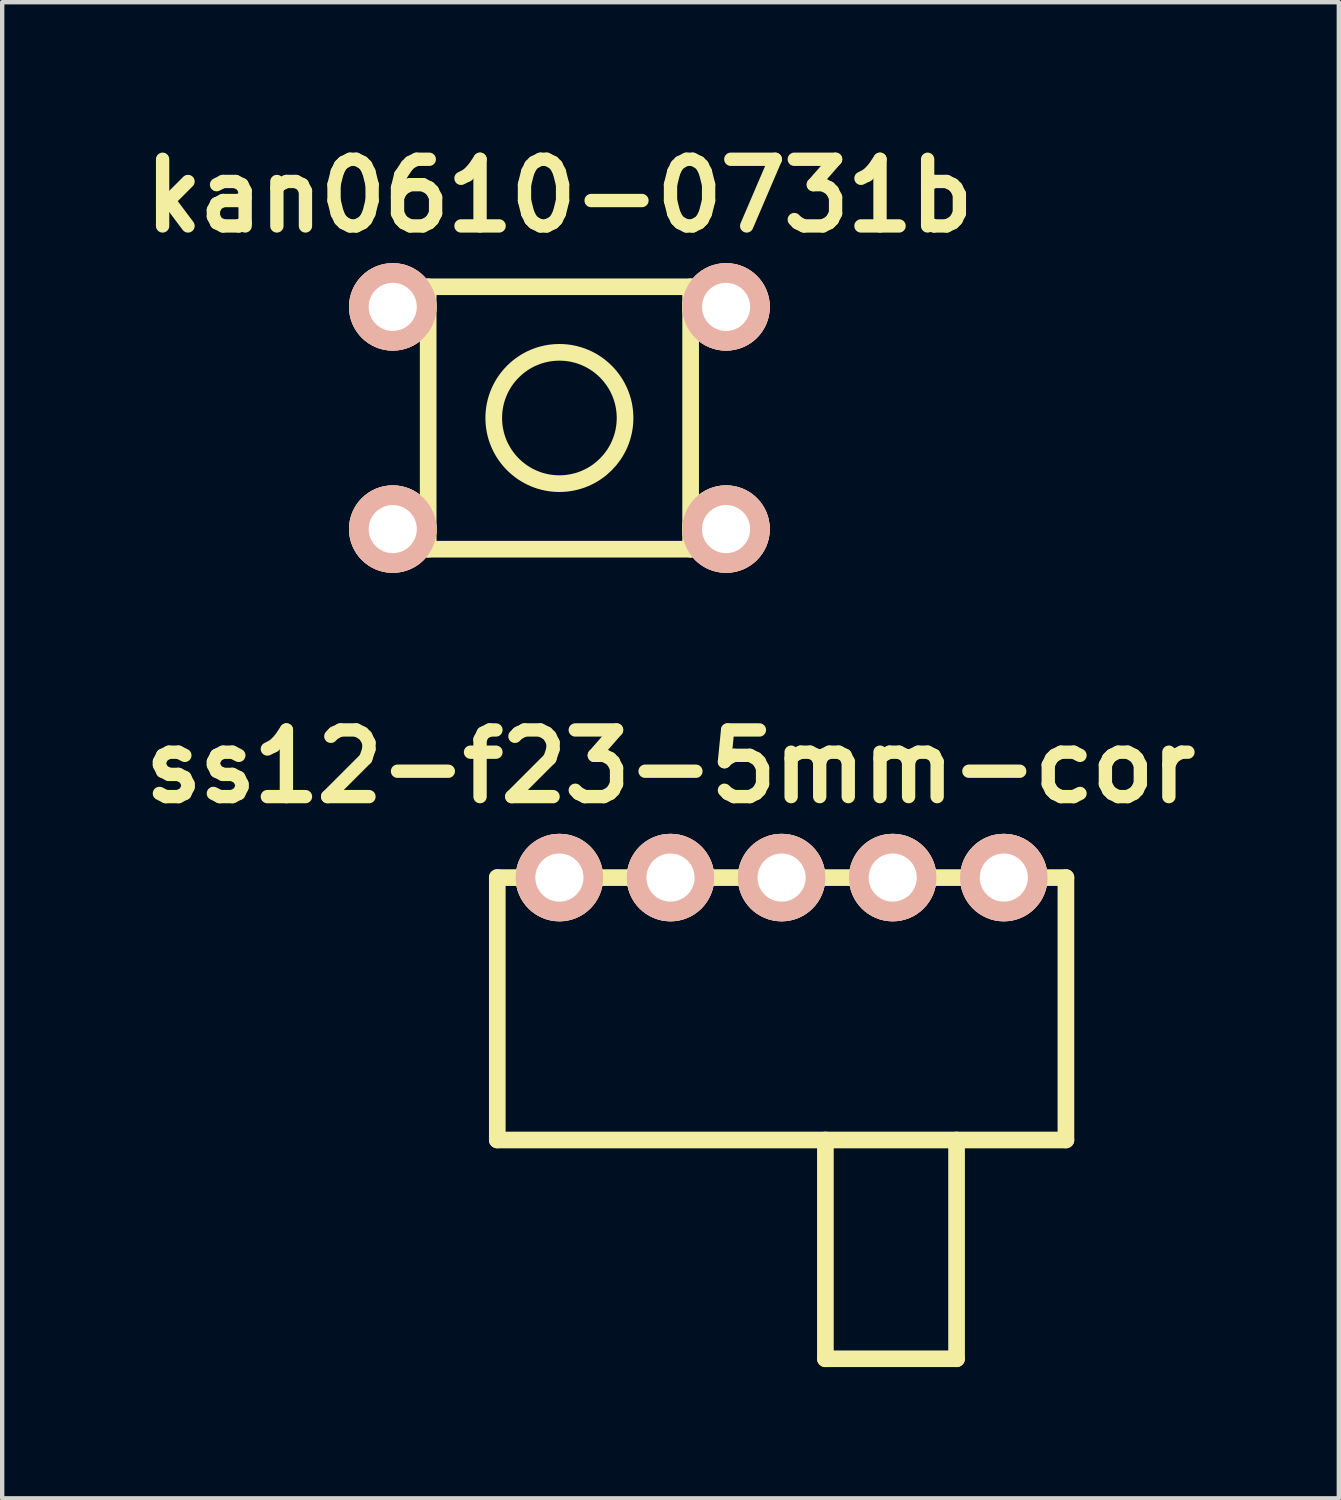
<source format=kicad_pcb>
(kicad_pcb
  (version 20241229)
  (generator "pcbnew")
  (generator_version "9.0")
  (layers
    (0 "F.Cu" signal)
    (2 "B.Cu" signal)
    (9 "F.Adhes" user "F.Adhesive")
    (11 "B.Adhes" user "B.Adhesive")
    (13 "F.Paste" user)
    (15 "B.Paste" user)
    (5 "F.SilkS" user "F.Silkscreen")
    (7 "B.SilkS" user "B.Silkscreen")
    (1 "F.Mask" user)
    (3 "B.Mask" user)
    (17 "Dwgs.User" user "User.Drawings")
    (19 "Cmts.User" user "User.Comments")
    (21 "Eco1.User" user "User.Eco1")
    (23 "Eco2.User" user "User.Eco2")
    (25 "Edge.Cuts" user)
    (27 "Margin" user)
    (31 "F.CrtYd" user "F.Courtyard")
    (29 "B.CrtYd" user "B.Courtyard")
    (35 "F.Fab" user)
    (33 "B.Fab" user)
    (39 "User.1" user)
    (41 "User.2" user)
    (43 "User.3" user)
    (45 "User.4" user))
  (footprint "kan0610-0731b"
    (layer "F.Cu")
    (at 9.739 6.506)
    (property "Reference" "kan0610-0731b" (at 0 -5.08 0) (layer "F.SilkS") (effects (font (size 1.524 1.524) (thickness 0.305))))
    (attr through_hole)
    (fp_line (start -3 -3) (end 3 -3) (stroke (width 0.381) (type solid)) (layer "F.SilkS"))
    (fp_line (start -3 3) (end -3 -3) (stroke (width 0.381) (type solid)) (layer "F.SilkS"))
    (fp_line (start 3 -3) (end 3 3) (stroke (width 0.381) (type solid)) (layer "F.SilkS"))
    (fp_line (start 3 3) (end -3 3) (stroke (width 0.381) (type solid)) (layer "F.SilkS"))
    (fp_circle (center 0 0) (end 1.501 0) (stroke (width 0.381) (type solid)) (fill no) (layer "F.SilkS"))
    (pad "1" thru_hole circle (at -3.81 2.54) (size 2 2) (drill 1.1) (layers "*.Cu" "*.SilkS" "*.Mask"))
    (pad "1" thru_hole circle (at 3.81 2.54) (size 2 2) (drill 1.1) (layers "*.Cu" "*.SilkS" "*.Mask"))
    (pad "2" thru_hole circle (at -3.81 -2.54) (size 2 2) (drill 1.1) (layers "*.Cu" "*.SilkS" "*.Mask"))
    (pad "2" thru_hole circle (at 3.81 -2.54) (size 2 2) (drill 1.1) (layers "*.Cu" "*.SilkS" "*.Mask")))
  (footprint "ss12-f23-5mm-cor"
    (layer "F.Cu")
    (at 12.279 17.013)
    (property "Reference" "ss12-f23-5mm-cor" (at 0 -2.54 0) (layer "F.SilkS") (effects (font (size 1.524 1.524) (thickness 0.305))))
    (attr through_hole)
    (fp_line (start -3.96 0) (end 9.04 0) (stroke (width 0.381) (type solid)) (layer "F.SilkS"))
    (fp_line (start -3.96 5.999) (end -3.96 0) (stroke (width 0.381) (type solid)) (layer "F.SilkS"))
    (fp_line (start 3.541 11.001) (end 3.541 5.999) (stroke (width 0.381) (type solid)) (layer "F.SilkS"))
    (fp_line (start 6.54 5.999) (end 6.54 11.001) (stroke (width 0.381) (type solid)) (layer "F.SilkS"))
    (fp_line (start 6.54 11.001) (end 3.541 11.001) (stroke (width 0.381) (type solid)) (layer "F.SilkS"))
    (fp_line (start 9.04 0) (end 9.04 5.999) (stroke (width 0.381) (type solid)) (layer "F.SilkS"))
    (fp_line (start 9.04 5.999) (end -3.96 5.999) (stroke (width 0.381) (type solid)) (layer "F.SilkS"))
    (pad "" np_thru_hole circle (at -2.54 0) (size 2 2) (drill 1.1) (layers "*.Cu" "*.SilkS" "*.Mask"))
    (pad "" np_thru_hole circle (at 7.62 0) (size 2 2) (drill 1.1) (layers "*.Cu" "*.SilkS" "*.Mask"))
    (pad "1" thru_hole circle (at 0 0) (size 2 2) (drill 1.1) (layers "*.Cu" "*.SilkS" "*.Mask"))
    (pad "2" thru_hole circle (at 2.54 0) (size 2 2) (drill 1.1) (layers "*.Cu" "*.SilkS" "*.Mask"))
    (pad "3" thru_hole circle (at 5.08 0) (size 2 2) (drill 1.1) (layers "*.Cu" "*.SilkS" "*.Mask")))
  (gr_rect
    (start -3 -3)
    (end 27.558 31.204)
    (stroke (width 0.1) (type default))
    (fill no)
    (layer "Edge.Cuts")))
</source>
